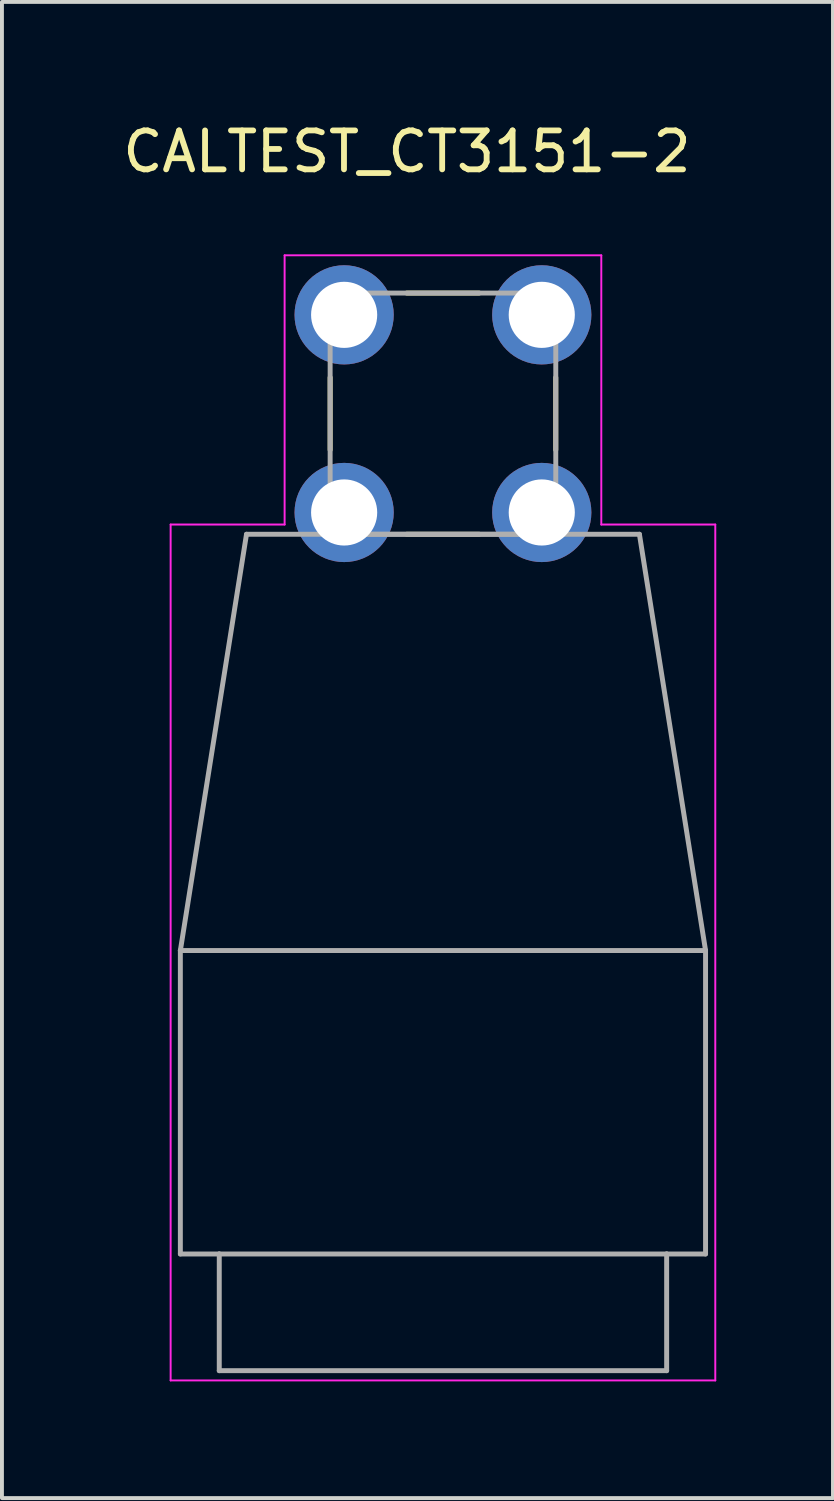
<source format=kicad_pcb>
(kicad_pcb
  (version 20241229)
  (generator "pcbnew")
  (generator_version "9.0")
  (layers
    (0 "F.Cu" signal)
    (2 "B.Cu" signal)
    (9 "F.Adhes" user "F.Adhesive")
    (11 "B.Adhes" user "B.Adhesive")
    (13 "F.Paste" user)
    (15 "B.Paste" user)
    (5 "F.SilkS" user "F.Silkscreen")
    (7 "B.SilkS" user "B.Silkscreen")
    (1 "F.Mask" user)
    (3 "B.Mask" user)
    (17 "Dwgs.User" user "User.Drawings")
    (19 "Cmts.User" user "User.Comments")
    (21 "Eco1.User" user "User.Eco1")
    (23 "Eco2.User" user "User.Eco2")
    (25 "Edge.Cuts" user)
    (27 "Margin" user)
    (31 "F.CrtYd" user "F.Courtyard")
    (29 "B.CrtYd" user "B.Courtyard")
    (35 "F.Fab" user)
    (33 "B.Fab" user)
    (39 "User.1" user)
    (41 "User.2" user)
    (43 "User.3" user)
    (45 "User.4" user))
  (footprint "CALTEST_CT3151-2"
    (layer "F.Cu")
    (at 8.336 7.583)
    (property "Reference" "CALTEST_CT3151-2" (at -0.925 -6.735 0) (layer "F.SilkS") (effects (font (size 1 1) (thickness 0.15))))
    (attr through_hole)
    (fp_line (start -2.9 -0.93) (end -2.9 0.93) (stroke (width 0.127) (type solid)) (layer "F.SilkS"))
    (fp_line (start -0.93 -3.1) (end 0.93 -3.1) (stroke (width 0.127) (type solid)) (layer "F.SilkS"))
    (fp_line (start -0.93 3.1) (end 0.93 3.1) (stroke (width 0.127) (type solid)) (layer "F.SilkS"))
    (fp_line (start 2.9 -0.93) (end 2.9 0.93) (stroke (width 0.127) (type solid)) (layer "F.SilkS"))
    (fp_line (start -7 2.85) (end -4.07 2.85) (stroke (width 0.05) (type solid)) (layer "F.CrtYd"))
    (fp_line (start -7 24.85) (end -7 2.85) (stroke (width 0.05) (type solid)) (layer "F.CrtYd"))
    (fp_line (start -4.07 -4.07) (end 4.07 -4.07) (stroke (width 0.05) (type solid)) (layer "F.CrtYd"))
    (fp_line (start -4.07 2.85) (end -4.07 -4.07) (stroke (width 0.05) (type solid)) (layer "F.CrtYd"))
    (fp_line (start 4.07 -4.07) (end 4.07 2.85) (stroke (width 0.05) (type solid)) (layer "F.CrtYd"))
    (fp_line (start 4.07 2.85) (end 7 2.85) (stroke (width 0.05) (type solid)) (layer "F.CrtYd"))
    (fp_line (start 7 2.85) (end 7 24.85) (stroke (width 0.05) (type solid)) (layer "F.CrtYd"))
    (fp_line (start 7 24.85) (end -7 24.85) (stroke (width 0.05) (type solid)) (layer "F.CrtYd"))
    (fp_line (start -6.75 13.8) (end -6.75 21.6) (stroke (width 0.127) (type solid)) (layer "F.Fab"))
    (fp_line (start -6.75 13.8) (end 6.75 13.8) (stroke (width 0.127) (type solid)) (layer "F.Fab"))
    (fp_line (start -6.75 21.6) (end -5.75 21.6) (stroke (width 0.127) (type solid)) (layer "F.Fab"))
    (fp_line (start -5.75 21.6) (end -5.75 24.6) (stroke (width 0.127) (type solid)) (layer "F.Fab"))
    (fp_line (start -5.75 21.6) (end 5.75 21.6) (stroke (width 0.127) (type solid)) (layer "F.Fab"))
    (fp_line (start -5.75 24.6) (end 5.75 24.6) (stroke (width 0.127) (type solid)) (layer "F.Fab"))
    (fp_line (start -5.05 3.1) (end -6.75 13.8) (stroke (width 0.127) (type solid)) (layer "F.Fab"))
    (fp_line (start -5.05 3.1) (end 5.05 3.1) (stroke (width 0.127) (type solid)) (layer "F.Fab"))
    (fp_line (start -2.9 -3.1) (end 2.9 -3.1) (stroke (width 0.127) (type solid)) (layer "F.Fab"))
    (fp_line (start -2.9 3.1) (end -2.9 -3.1) (stroke (width 0.127) (type solid)) (layer "F.Fab"))
    (fp_line (start 2.9 -3.1) (end 2.9 3.1) (stroke (width 0.127) (type solid)) (layer "F.Fab"))
    (fp_line (start 2.9 3.1) (end -2.9 3.1) (stroke (width 0.127) (type solid)) (layer "F.Fab"))
    (fp_line (start 5.05 3.1) (end 6.75 13.8) (stroke (width 0.127) (type solid)) (layer "F.Fab"))
    (fp_line (start 5.75 21.6) (end 6.75 21.6) (stroke (width 0.127) (type solid)) (layer "F.Fab"))
    (fp_line (start 5.75 24.6) (end 5.75 21.6) (stroke (width 0.127) (type solid)) (layer "F.Fab"))
    (fp_line (start 6.75 21.6) (end 6.75 13.8) (stroke (width 0.127) (type solid)) (layer "F.Fab"))
    (pad "1" thru_hole circle (at -2.54 -2.54) (size 2.55 2.55) (drill 1.7) (layers "*.Cu" "*.Mask"))
    (pad "2" thru_hole circle (at 2.54 -2.54) (size 2.55 2.55) (drill 1.7) (layers "*.Cu" "*.Mask"))
    (pad "3" thru_hole circle (at -2.54 2.54) (size 2.55 2.55) (drill 1.7) (layers "*.Cu" "*.Mask"))
    (pad "4" thru_hole circle (at 2.54 2.54) (size 2.55 2.55) (drill 1.7) (layers "*.Cu" "*.Mask")))
  (gr_rect
    (start -3 -3)
    (end 18.361 35.458)
    (stroke (width 0.1) (type default))
    (fill no)
    (layer "Edge.Cuts")))
</source>
